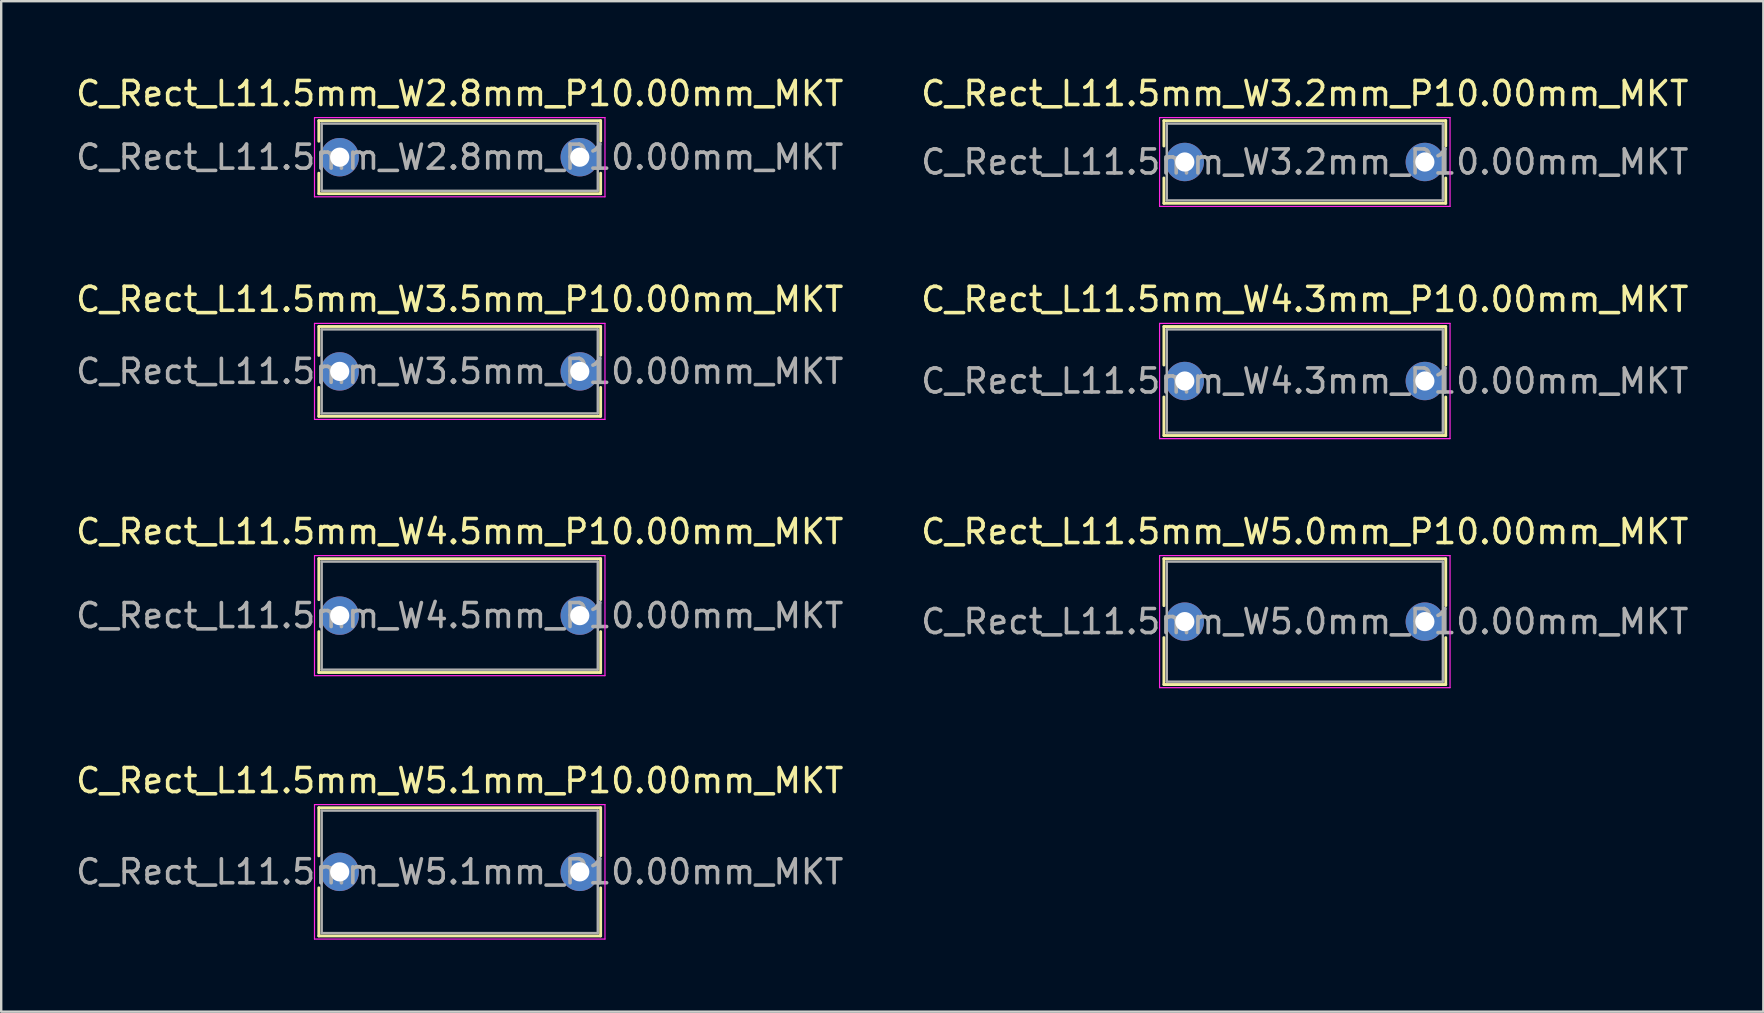
<source format=kicad_pcb>
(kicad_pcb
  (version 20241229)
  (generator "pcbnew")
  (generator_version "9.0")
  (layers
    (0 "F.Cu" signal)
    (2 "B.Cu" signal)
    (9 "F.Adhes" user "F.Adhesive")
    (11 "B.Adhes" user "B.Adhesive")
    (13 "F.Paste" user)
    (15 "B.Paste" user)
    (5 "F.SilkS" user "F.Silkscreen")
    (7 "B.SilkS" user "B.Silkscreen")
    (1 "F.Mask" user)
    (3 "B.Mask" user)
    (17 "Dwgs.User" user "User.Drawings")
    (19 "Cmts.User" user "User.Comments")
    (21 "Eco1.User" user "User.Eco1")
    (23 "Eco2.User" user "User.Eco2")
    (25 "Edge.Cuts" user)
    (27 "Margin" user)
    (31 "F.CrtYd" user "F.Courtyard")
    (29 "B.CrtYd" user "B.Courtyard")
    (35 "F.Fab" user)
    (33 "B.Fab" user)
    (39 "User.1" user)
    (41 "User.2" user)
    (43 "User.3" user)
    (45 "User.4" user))
  (footprint "C_Rect_L11.5mm_W5.1mm_P10.00mm_MKT"
    (layer "F.Cu")
    (at 11.101 33.268)
    (property "Reference" "C_Rect_L11.5mm_W5.1mm_P10.00mm_MKT" (at 5 -3.8 0) (layer "F.SilkS") (effects (font (size 1 1) (thickness 0.15))))
    (attr through_hole)
    (fp_line (start -0.87 -2.67) (end -0.87 -0.665) (stroke (width 0.12) (type solid)) (layer "F.SilkS"))
    (fp_line (start -0.87 -2.67) (end 10.87 -2.67) (stroke (width 0.12) (type solid)) (layer "F.SilkS"))
    (fp_line (start -0.87 0.665) (end -0.87 2.67) (stroke (width 0.12) (type solid)) (layer "F.SilkS"))
    (fp_line (start -0.87 2.67) (end 10.87 2.67) (stroke (width 0.12) (type solid)) (layer "F.SilkS"))
    (fp_line (start 10.87 -2.67) (end 10.87 -0.665) (stroke (width 0.12) (type solid)) (layer "F.SilkS"))
    (fp_line (start 10.87 0.665) (end 10.87 2.67) (stroke (width 0.12) (type solid)) (layer "F.SilkS"))
    (fp_line (start -1.05 -2.8) (end -1.05 2.8) (stroke (width 0.05) (type solid)) (layer "F.CrtYd"))
    (fp_line (start -1.05 2.8) (end 11.05 2.8) (stroke (width 0.05) (type solid)) (layer "F.CrtYd"))
    (fp_line (start 11.05 -2.8) (end -1.05 -2.8) (stroke (width 0.05) (type solid)) (layer "F.CrtYd"))
    (fp_line (start 11.05 2.8) (end 11.05 -2.8) (stroke (width 0.05) (type solid)) (layer "F.CrtYd"))
    (fp_line (start -0.75 -2.55) (end -0.75 2.55) (stroke (width 0.1) (type solid)) (layer "F.Fab"))
    (fp_line (start -0.75 2.55) (end 10.75 2.55) (stroke (width 0.1) (type solid)) (layer "F.Fab"))
    (fp_line (start 10.75 -2.55) (end -0.75 -2.55) (stroke (width 0.1) (type solid)) (layer "F.Fab"))
    (fp_line (start 10.75 2.55) (end 10.75 -2.55) (stroke (width 0.1) (type solid)) (layer "F.Fab"))
    (fp_text user "${REFERENCE}" (at 5 0 0) (layer "F.Fab") (effects (font (size 1 1) (thickness 0.15))))
    (pad "1" thru_hole circle (at 0 0) (size 1.6 1.6) (drill 0.8) (layers "*.Cu" "*.Mask"))
    (pad "2" thru_hole circle (at 10 0) (size 1.6 1.6) (drill 0.8) (layers "*.Cu" "*.Mask")))
  (footprint "C_Rect_L11.5mm_W3.5mm_P10.00mm_MKT"
    (layer "F.Cu")
    (at 11.101 12.421)
    (property "Reference" "C_Rect_L11.5mm_W3.5mm_P10.00mm_MKT" (at 5 -3 0) (layer "F.SilkS") (effects (font (size 1 1) (thickness 0.15))))
    (attr through_hole)
    (fp_line (start -0.87 -1.87) (end -0.87 -0.665) (stroke (width 0.12) (type solid)) (layer "F.SilkS"))
    (fp_line (start -0.87 -1.87) (end 10.87 -1.87) (stroke (width 0.12) (type solid)) (layer "F.SilkS"))
    (fp_line (start -0.87 0.665) (end -0.87 1.87) (stroke (width 0.12) (type solid)) (layer "F.SilkS"))
    (fp_line (start -0.87 1.87) (end 10.87 1.87) (stroke (width 0.12) (type solid)) (layer "F.SilkS"))
    (fp_line (start 10.87 -1.87) (end 10.87 -0.665) (stroke (width 0.12) (type solid)) (layer "F.SilkS"))
    (fp_line (start 10.87 0.665) (end 10.87 1.87) (stroke (width 0.12) (type solid)) (layer "F.SilkS"))
    (fp_line (start -1.05 -2) (end -1.05 2) (stroke (width 0.05) (type solid)) (layer "F.CrtYd"))
    (fp_line (start -1.05 2) (end 11.05 2) (stroke (width 0.05) (type solid)) (layer "F.CrtYd"))
    (fp_line (start 11.05 -2) (end -1.05 -2) (stroke (width 0.05) (type solid)) (layer "F.CrtYd"))
    (fp_line (start 11.05 2) (end 11.05 -2) (stroke (width 0.05) (type solid)) (layer "F.CrtYd"))
    (fp_line (start -0.75 -1.75) (end -0.75 1.75) (stroke (width 0.1) (type solid)) (layer "F.Fab"))
    (fp_line (start -0.75 1.75) (end 10.75 1.75) (stroke (width 0.1) (type solid)) (layer "F.Fab"))
    (fp_line (start 10.75 -1.75) (end -0.75 -1.75) (stroke (width 0.1) (type solid)) (layer "F.Fab"))
    (fp_line (start 10.75 1.75) (end 10.75 -1.75) (stroke (width 0.1) (type solid)) (layer "F.Fab"))
    (fp_text user "${REFERENCE}" (at 5 0 0) (layer "F.Fab") (effects (font (size 1 1) (thickness 0.15))))
    (pad "1" thru_hole circle (at 0 0) (size 1.6 1.6) (drill 0.8) (layers "*.Cu" "*.Mask"))
    (pad "2" thru_hole circle (at 10 0) (size 1.6 1.6) (drill 0.8) (layers "*.Cu" "*.Mask")))
  (footprint "C_Rect_L11.5mm_W2.8mm_P10.00mm_MKT"
    (layer "F.Cu")
    (at 11.101 3.498)
    (property "Reference" "C_Rect_L11.5mm_W2.8mm_P10.00mm_MKT" (at 5 -2.65 0) (layer "F.SilkS") (effects (font (size 1 1) (thickness 0.15))))
    (attr through_hole)
    (fp_line (start -0.87 -1.52) (end -0.87 -0.665) (stroke (width 0.12) (type solid)) (layer "F.SilkS"))
    (fp_line (start -0.87 -1.52) (end 10.87 -1.52) (stroke (width 0.12) (type solid)) (layer "F.SilkS"))
    (fp_line (start -0.87 0.665) (end -0.87 1.52) (stroke (width 0.12) (type solid)) (layer "F.SilkS"))
    (fp_line (start -0.87 1.52) (end 10.87 1.52) (stroke (width 0.12) (type solid)) (layer "F.SilkS"))
    (fp_line (start 10.87 -1.52) (end 10.87 -0.665) (stroke (width 0.12) (type solid)) (layer "F.SilkS"))
    (fp_line (start 10.87 0.665) (end 10.87 1.52) (stroke (width 0.12) (type solid)) (layer "F.SilkS"))
    (fp_line (start -1.05 -1.65) (end -1.05 1.65) (stroke (width 0.05) (type solid)) (layer "F.CrtYd"))
    (fp_line (start -1.05 1.65) (end 11.05 1.65) (stroke (width 0.05) (type solid)) (layer "F.CrtYd"))
    (fp_line (start 11.05 -1.65) (end -1.05 -1.65) (stroke (width 0.05) (type solid)) (layer "F.CrtYd"))
    (fp_line (start 11.05 1.65) (end 11.05 -1.65) (stroke (width 0.05) (type solid)) (layer "F.CrtYd"))
    (fp_line (start -0.75 -1.4) (end -0.75 1.4) (stroke (width 0.1) (type solid)) (layer "F.Fab"))
    (fp_line (start -0.75 1.4) (end 10.75 1.4) (stroke (width 0.1) (type solid)) (layer "F.Fab"))
    (fp_line (start 10.75 -1.4) (end -0.75 -1.4) (stroke (width 0.1) (type solid)) (layer "F.Fab"))
    (fp_line (start 10.75 1.4) (end 10.75 -1.4) (stroke (width 0.1) (type solid)) (layer "F.Fab"))
    (fp_text user "${REFERENCE}" (at 5 0 0) (layer "F.Fab") (effects (font (size 1 1) (thickness 0.15))))
    (pad "1" thru_hole circle (at 0 0) (size 1.6 1.6) (drill 0.8) (layers "*.Cu" "*.Mask"))
    (pad "2" thru_hole circle (at 10 0) (size 1.6 1.6) (drill 0.8) (layers "*.Cu" "*.Mask")))
  (footprint "C_Rect_L11.5mm_W3.2mm_P10.00mm_MKT"
    (layer "F.Cu")
    (at 46.304 3.698)
    (property "Reference" "C_Rect_L11.5mm_W3.2mm_P10.00mm_MKT" (at 5 -2.85 0) (layer "F.SilkS") (effects (font (size 1 1) (thickness 0.15))))
    (attr through_hole)
    (fp_line (start -0.87 -1.721) (end -0.87 -0.665) (stroke (width 0.12) (type solid)) (layer "F.SilkS"))
    (fp_line (start -0.87 -1.721) (end 10.87 -1.721) (stroke (width 0.12) (type solid)) (layer "F.SilkS"))
    (fp_line (start -0.87 0.665) (end -0.87 1.721) (stroke (width 0.12) (type solid)) (layer "F.SilkS"))
    (fp_line (start -0.87 1.721) (end 10.87 1.721) (stroke (width 0.12) (type solid)) (layer "F.SilkS"))
    (fp_line (start 10.87 -1.721) (end 10.87 -0.665) (stroke (width 0.12) (type solid)) (layer "F.SilkS"))
    (fp_line (start 10.87 0.665) (end 10.87 1.721) (stroke (width 0.12) (type solid)) (layer "F.SilkS"))
    (fp_line (start -1.05 -1.85) (end -1.05 1.85) (stroke (width 0.05) (type solid)) (layer "F.CrtYd"))
    (fp_line (start -1.05 1.85) (end 11.05 1.85) (stroke (width 0.05) (type solid)) (layer "F.CrtYd"))
    (fp_line (start 11.05 -1.85) (end -1.05 -1.85) (stroke (width 0.05) (type solid)) (layer "F.CrtYd"))
    (fp_line (start 11.05 1.85) (end 11.05 -1.85) (stroke (width 0.05) (type solid)) (layer "F.CrtYd"))
    (fp_line (start -0.75 -1.6) (end -0.75 1.6) (stroke (width 0.1) (type solid)) (layer "F.Fab"))
    (fp_line (start -0.75 1.6) (end 10.75 1.6) (stroke (width 0.1) (type solid)) (layer "F.Fab"))
    (fp_line (start 10.75 -1.6) (end -0.75 -1.6) (stroke (width 0.1) (type solid)) (layer "F.Fab"))
    (fp_line (start 10.75 1.6) (end 10.75 -1.6) (stroke (width 0.1) (type solid)) (layer "F.Fab"))
    (fp_text user "${REFERENCE}" (at 5 0 0) (layer "F.Fab") (effects (font (size 1 1) (thickness 0.15))))
    (pad "1" thru_hole circle (at 0 0) (size 1.6 1.6) (drill 0.8) (layers "*.Cu" "*.Mask"))
    (pad "2" thru_hole circle (at 10 0) (size 1.6 1.6) (drill 0.8) (layers "*.Cu" "*.Mask")))
  (footprint "C_Rect_L11.5mm_W5.0mm_P10.00mm_MKT"
    (layer "F.Cu")
    (at 46.304 22.845)
    (property "Reference" "C_Rect_L11.5mm_W5.0mm_P10.00mm_MKT" (at 5 -3.75 0) (layer "F.SilkS") (effects (font (size 1 1) (thickness 0.15))))
    (attr through_hole)
    (fp_line (start -0.87 -2.62) (end -0.87 -0.665) (stroke (width 0.12) (type solid)) (layer "F.SilkS"))
    (fp_line (start -0.87 -2.62) (end 10.87 -2.62) (stroke (width 0.12) (type solid)) (layer "F.SilkS"))
    (fp_line (start -0.87 0.665) (end -0.87 2.62) (stroke (width 0.12) (type solid)) (layer "F.SilkS"))
    (fp_line (start -0.87 2.62) (end 10.87 2.62) (stroke (width 0.12) (type solid)) (layer "F.SilkS"))
    (fp_line (start 10.87 -2.62) (end 10.87 -0.665) (stroke (width 0.12) (type solid)) (layer "F.SilkS"))
    (fp_line (start 10.87 0.665) (end 10.87 2.62) (stroke (width 0.12) (type solid)) (layer "F.SilkS"))
    (fp_line (start -1.05 -2.75) (end -1.05 2.75) (stroke (width 0.05) (type solid)) (layer "F.CrtYd"))
    (fp_line (start -1.05 2.75) (end 11.05 2.75) (stroke (width 0.05) (type solid)) (layer "F.CrtYd"))
    (fp_line (start 11.05 -2.75) (end -1.05 -2.75) (stroke (width 0.05) (type solid)) (layer "F.CrtYd"))
    (fp_line (start 11.05 2.75) (end 11.05 -2.75) (stroke (width 0.05) (type solid)) (layer "F.CrtYd"))
    (fp_line (start -0.75 -2.5) (end -0.75 2.5) (stroke (width 0.1) (type solid)) (layer "F.Fab"))
    (fp_line (start -0.75 2.5) (end 10.75 2.5) (stroke (width 0.1) (type solid)) (layer "F.Fab"))
    (fp_line (start 10.75 -2.5) (end -0.75 -2.5) (stroke (width 0.1) (type solid)) (layer "F.Fab"))
    (fp_line (start 10.75 2.5) (end 10.75 -2.5) (stroke (width 0.1) (type solid)) (layer "F.Fab"))
    (fp_text user "${REFERENCE}" (at 5 0 0) (layer "F.Fab") (effects (font (size 1 1) (thickness 0.15))))
    (pad "1" thru_hole circle (at 0 0) (size 1.6 1.6) (drill 0.8) (layers "*.Cu" "*.Mask"))
    (pad "2" thru_hole circle (at 10 0) (size 1.6 1.6) (drill 0.8) (layers "*.Cu" "*.Mask")))
  (footprint "C_Rect_L11.5mm_W4.5mm_P10.00mm_MKT"
    (layer "F.Cu")
    (at 11.101 22.595)
    (property "Reference" "C_Rect_L11.5mm_W4.5mm_P10.00mm_MKT" (at 5 -3.5 0) (layer "F.SilkS") (effects (font (size 1 1) (thickness 0.15))))
    (attr through_hole)
    (fp_line (start -0.87 -2.37) (end -0.87 -0.665) (stroke (width 0.12) (type solid)) (layer "F.SilkS"))
    (fp_line (start -0.87 -2.37) (end 10.87 -2.37) (stroke (width 0.12) (type solid)) (layer "F.SilkS"))
    (fp_line (start -0.87 0.665) (end -0.87 2.37) (stroke (width 0.12) (type solid)) (layer "F.SilkS"))
    (fp_line (start -0.87 2.37) (end 10.87 2.37) (stroke (width 0.12) (type solid)) (layer "F.SilkS"))
    (fp_line (start 10.87 -2.37) (end 10.87 -0.665) (stroke (width 0.12) (type solid)) (layer "F.SilkS"))
    (fp_line (start 10.87 0.665) (end 10.87 2.37) (stroke (width 0.12) (type solid)) (layer "F.SilkS"))
    (fp_line (start -1.05 -2.5) (end -1.05 2.5) (stroke (width 0.05) (type solid)) (layer "F.CrtYd"))
    (fp_line (start -1.05 2.5) (end 11.05 2.5) (stroke (width 0.05) (type solid)) (layer "F.CrtYd"))
    (fp_line (start 11.05 -2.5) (end -1.05 -2.5) (stroke (width 0.05) (type solid)) (layer "F.CrtYd"))
    (fp_line (start 11.05 2.5) (end 11.05 -2.5) (stroke (width 0.05) (type solid)) (layer "F.CrtYd"))
    (fp_line (start -0.75 -2.25) (end -0.75 2.25) (stroke (width 0.1) (type solid)) (layer "F.Fab"))
    (fp_line (start -0.75 2.25) (end 10.75 2.25) (stroke (width 0.1) (type solid)) (layer "F.Fab"))
    (fp_line (start 10.75 -2.25) (end -0.75 -2.25) (stroke (width 0.1) (type solid)) (layer "F.Fab"))
    (fp_line (start 10.75 2.25) (end 10.75 -2.25) (stroke (width 0.1) (type solid)) (layer "F.Fab"))
    (fp_text user "${REFERENCE}" (at 5 0 0) (layer "F.Fab") (effects (font (size 1 1) (thickness 0.15))))
    (pad "1" thru_hole circle (at 0 0) (size 1.6 1.6) (drill 0.8) (layers "*.Cu" "*.Mask"))
    (pad "2" thru_hole circle (at 10 0) (size 1.6 1.6) (drill 0.8) (layers "*.Cu" "*.Mask")))
  (footprint "C_Rect_L11.5mm_W4.3mm_P10.00mm_MKT"
    (layer "F.Cu")
    (at 46.304 12.822)
    (property "Reference" "C_Rect_L11.5mm_W4.3mm_P10.00mm_MKT" (at 5 -3.4 0) (layer "F.SilkS") (effects (font (size 1 1) (thickness 0.15))))
    (attr through_hole)
    (fp_line (start -0.87 -2.27) (end -0.87 -0.665) (stroke (width 0.12) (type solid)) (layer "F.SilkS"))
    (fp_line (start -0.87 -2.27) (end 10.87 -2.27) (stroke (width 0.12) (type solid)) (layer "F.SilkS"))
    (fp_line (start -0.87 0.665) (end -0.87 2.27) (stroke (width 0.12) (type solid)) (layer "F.SilkS"))
    (fp_line (start -0.87 2.27) (end 10.87 2.27) (stroke (width 0.12) (type solid)) (layer "F.SilkS"))
    (fp_line (start 10.87 -2.27) (end 10.87 -0.665) (stroke (width 0.12) (type solid)) (layer "F.SilkS"))
    (fp_line (start 10.87 0.665) (end 10.87 2.27) (stroke (width 0.12) (type solid)) (layer "F.SilkS"))
    (fp_line (start -1.05 -2.4) (end -1.05 2.4) (stroke (width 0.05) (type solid)) (layer "F.CrtYd"))
    (fp_line (start -1.05 2.4) (end 11.05 2.4) (stroke (width 0.05) (type solid)) (layer "F.CrtYd"))
    (fp_line (start 11.05 -2.4) (end -1.05 -2.4) (stroke (width 0.05) (type solid)) (layer "F.CrtYd"))
    (fp_line (start 11.05 2.4) (end 11.05 -2.4) (stroke (width 0.05) (type solid)) (layer "F.CrtYd"))
    (fp_line (start -0.75 -2.15) (end -0.75 2.15) (stroke (width 0.1) (type solid)) (layer "F.Fab"))
    (fp_line (start -0.75 2.15) (end 10.75 2.15) (stroke (width 0.1) (type solid)) (layer "F.Fab"))
    (fp_line (start 10.75 -2.15) (end -0.75 -2.15) (stroke (width 0.1) (type solid)) (layer "F.Fab"))
    (fp_line (start 10.75 2.15) (end 10.75 -2.15) (stroke (width 0.1) (type solid)) (layer "F.Fab"))
    (fp_text user "${REFERENCE}" (at 5 0 0) (layer "F.Fab") (effects (font (size 1 1) (thickness 0.15))))
    (pad "1" thru_hole circle (at 0 0) (size 1.6 1.6) (drill 0.8) (layers "*.Cu" "*.Mask"))
    (pad "2" thru_hole circle (at 10 0) (size 1.6 1.6) (drill 0.8) (layers "*.Cu" "*.Mask")))
  (gr_rect
    (start -3 -3)
    (end 70.405 39.093)
    (stroke (width 0.1) (type default))
    (fill no)
    (layer "Edge.Cuts")))
</source>
